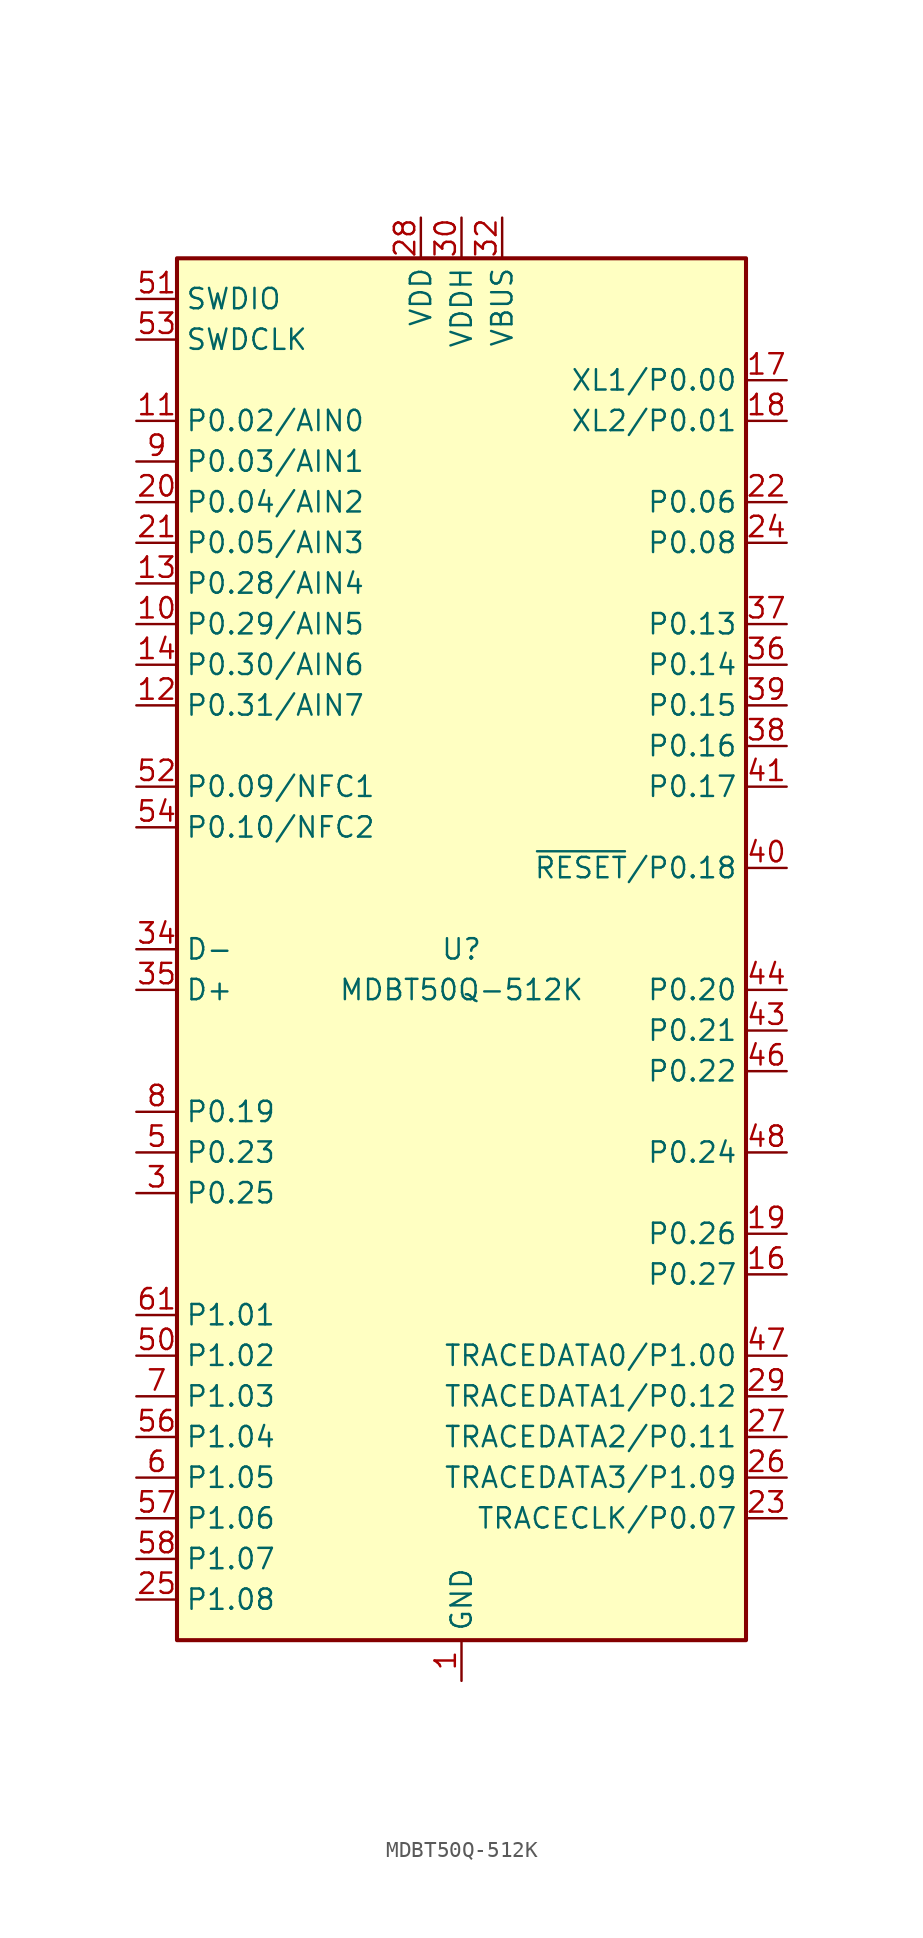
<source format=kicad_sym>
(kicad_symbol_lib
  (version 20220914)
  (generator kicad_symbol_editor)
  (symbol "MDBT50Q-512K"
    (property "Reference" "U"
      (at 0 0 0)
      (effects (font (size 1.27 1.27))))
    (property "Value" "MDBT50Q-512K"
      (at 0 -2.54 0)
      (effects (font (size 1.27 1.27))))
    (symbol "MDBT50Q-512K_0_1"
      (rectangle (start -17.78 43.18) (end 17.78 -43.18) (stroke (width 0.254) (type default)) (fill (type background))))
    (symbol "MDBT50Q-512K_1_1"
      (pin power_in line (at 0 -45.72 90) (length 2.54) (name "GND" (effects (font (size 1.27 1.27)))) (number "1" (effects (font (size 1.27 1.27)))))
      (pin bidirectional line (at -20.32 20.32 0) (length 2.54) (name "P0.29/AIN5" (effects (font (size 1.27 1.27)))) (number "10" (effects (font (size 1.27 1.27)))))
      (pin bidirectional line (at -20.32 33.02 0) (length 2.54) (name "P0.02/AIN0" (effects (font (size 1.27 1.27)))) (number "11" (effects (font (size 1.27 1.27)))))
      (pin bidirectional line (at -20.32 15.24 0) (length 2.54) (name "P0.31/AIN7" (effects (font (size 1.27 1.27)))) (number "12" (effects (font (size 1.27 1.27)))))
      (pin bidirectional line (at -20.32 22.86 0) (length 2.54) (name "P0.28/AIN4" (effects (font (size 1.27 1.27)))) (number "13" (effects (font (size 1.27 1.27)))))
      (pin bidirectional line (at -20.32 17.78 0) (length 2.54) (name "P0.30/AIN6" (effects (font (size 1.27 1.27)))) (number "14" (effects (font (size 1.27 1.27)))))
      (pin passive line (at 0 -45.72 90) (length 2.54) hide (name "GND" (effects (font (size 1.27 1.27)))) (number "15" (effects (font (size 1.27 1.27)))))
      (pin bidirectional line (at 20.32 -20.32 180) (length 2.54) (name "P0.27" (effects (font (size 1.27 1.27)))) (number "16" (effects (font (size 1.27 1.27)))))
      (pin bidirectional line (at 20.32 35.56 180) (length 2.54) (name "XL1/P0.00" (effects (font (size 1.27 1.27)))) (number "17" (effects (font (size 1.27 1.27)))))
      (pin bidirectional line (at 20.32 33.02 180) (length 2.54) (name "XL2/P0.01" (effects (font (size 1.27 1.27)))) (number "18" (effects (font (size 1.27 1.27)))))
      (pin bidirectional line (at 20.32 -17.78 180) (length 2.54) (name "P0.26" (effects (font (size 1.27 1.27)))) (number "19" (effects (font (size 1.27 1.27)))))
      (pin passive line (at 0 -45.72 90) (length 2.54) hide (name "GND" (effects (font (size 1.27 1.27)))) (number "2" (effects (font (size 1.27 1.27)))))
      (pin bidirectional line (at -20.32 27.94 0) (length 2.54) (name "P0.04/AIN2" (effects (font (size 1.27 1.27)))) (number "20" (effects (font (size 1.27 1.27)))))
      (pin bidirectional line (at -20.32 25.4 0) (length 2.54) (name "P0.05/AIN3" (effects (font (size 1.27 1.27)))) (number "21" (effects (font (size 1.27 1.27)))))
      (pin bidirectional line (at 20.32 27.94 180) (length 2.54) (name "P0.06" (effects (font (size 1.27 1.27)))) (number "22" (effects (font (size 1.27 1.27)))))
      (pin bidirectional line (at 20.32 -35.56 180) (length 2.54) (name "TRACECLK/P0.07" (effects (font (size 1.27 1.27)))) (number "23" (effects (font (size 1.27 1.27)))))
      (pin bidirectional line (at 20.32 25.4 180) (length 2.54) (name "P0.08" (effects (font (size 1.27 1.27)))) (number "24" (effects (font (size 1.27 1.27)))))
      (pin bidirectional line (at -20.32 -40.64 0) (length 2.54) (name "P1.08" (effects (font (size 1.27 1.27)))) (number "25" (effects (font (size 1.27 1.27)))))
      (pin bidirectional line (at 20.32 -33.02 180) (length 2.54) (name "TRACEDATA3/P1.09" (effects (font (size 1.27 1.27)))) (number "26" (effects (font (size 1.27 1.27)))))
      (pin bidirectional line (at 20.32 -30.48 180) (length 2.54) (name "TRACEDATA2/P0.11" (effects (font (size 1.27 1.27)))) (number "27" (effects (font (size 1.27 1.27)))))
      (pin power_in line (at -2.54 45.72 270) (length 2.54) (name "VDD" (effects (font (size 1.27 1.27)))) (number "28" (effects (font (size 1.27 1.27)))))
      (pin bidirectional line (at 20.32 -27.94 180) (length 2.54) (name "TRACEDATA1/P0.12" (effects (font (size 1.27 1.27)))) (number "29" (effects (font (size 1.27 1.27)))))
      (pin bidirectional line (at -20.32 -15.24 0) (length 2.54) (name "P0.25" (effects (font (size 1.27 1.27)))) (number "3" (effects (font (size 1.27 1.27)))))
      (pin power_in line (at 0 45.72 270) (length 2.54) (name "VDDH" (effects (font (size 1.27 1.27)))) (number "30" (effects (font (size 1.27 1.27)))))
      (pin no_connect line (at 5.08 43.18 270) (length 2.54) hide (name "NC" (effects (font (size 1.27 1.27)))) (number "31" (effects (font (size 1.27 1.27)))))
      (pin power_in line (at 2.54 45.72 270) (length 2.54) (name "VBUS" (effects (font (size 1.27 1.27)))) (number "32" (effects (font (size 1.27 1.27)))))
      (pin passive line (at 0 -45.72 90) (length 2.54) hide (name "GND" (effects (font (size 1.27 1.27)))) (number "33" (effects (font (size 1.27 1.27)))))
      (pin bidirectional line (at -20.32 0 0) (length 2.54) (name "D-" (effects (font (size 1.27 1.27)))) (number "34" (effects (font (size 1.27 1.27)))))
      (pin bidirectional line (at -20.32 -2.54 0) (length 2.54) (name "D+" (effects (font (size 1.27 1.27)))) (number "35" (effects (font (size 1.27 1.27)))))
      (pin bidirectional line (at 20.32 17.78 180) (length 2.54) (name "P0.14" (effects (font (size 1.27 1.27)))) (number "36" (effects (font (size 1.27 1.27)))))
      (pin bidirectional line (at 20.32 20.32 180) (length 2.54) (name "P0.13" (effects (font (size 1.27 1.27)))) (number "37" (effects (font (size 1.27 1.27)))))
      (pin bidirectional line (at 20.32 12.7 180) (length 2.54) (name "P0.16" (effects (font (size 1.27 1.27)))) (number "38" (effects (font (size 1.27 1.27)))))
      (pin bidirectional line (at 20.32 15.24 180) (length 2.54) (name "P0.15" (effects (font (size 1.27 1.27)))) (number "39" (effects (font (size 1.27 1.27)))))
      (pin no_connect line (at -17.78 -17.78 0) (length 2.54) hide (name "NC" (effects (font (size 1.27 1.27)))) (number "4" (effects (font (size 1.27 1.27)))))
      (pin bidirectional line (at 20.32 5.08 180) (length 2.54) (name "~{RESET}/P0.18" (effects (font (size 1.27 1.27)))) (number "40" (effects (font (size 1.27 1.27)))))
      (pin bidirectional line (at 20.32 10.16 180) (length 2.54) (name "P0.17" (effects (font (size 1.27 1.27)))) (number "41" (effects (font (size 1.27 1.27)))))
      (pin no_connect line (at 17.78 0 180) (length 2.54) hide (name "P0.19" (effects (font (size 1.27 1.27)))) (number "42" (effects (font (size 1.27 1.27)))))
      (pin bidirectional line (at 20.32 -5.08 180) (length 2.54) (name "P0.21" (effects (font (size 1.27 1.27)))) (number "43" (effects (font (size 1.27 1.27)))))
      (pin bidirectional line (at 20.32 -2.54 180) (length 2.54) (name "P0.20" (effects (font (size 1.27 1.27)))) (number "44" (effects (font (size 1.27 1.27)))))
      (pin no_connect line (at 17.78 -10.16 180) (length 2.54) hide (name "NC" (effects (font (size 1.27 1.27)))) (number "45" (effects (font (size 1.27 1.27)))))
      (pin bidirectional line (at 20.32 -7.62 180) (length 2.54) (name "P0.22" (effects (font (size 1.27 1.27)))) (number "46" (effects (font (size 1.27 1.27)))))
      (pin bidirectional line (at 20.32 -25.4 180) (length 2.54) (name "TRACEDATA0/P1.00" (effects (font (size 1.27 1.27)))) (number "47" (effects (font (size 1.27 1.27)))))
      (pin bidirectional line (at 20.32 -12.7 180) (length 2.54) (name "P0.24" (effects (font (size 1.27 1.27)))) (number "48" (effects (font (size 1.27 1.27)))))
      (pin no_connect line (at 17.78 -15.24 180) (length 2.54) hide (name "NC" (effects (font (size 1.27 1.27)))) (number "49" (effects (font (size 1.27 1.27)))))
      (pin bidirectional line (at -20.32 -12.7 0) (length 2.54) (name "P0.23" (effects (font (size 1.27 1.27)))) (number "5" (effects (font (size 1.27 1.27)))))
      (pin bidirectional line (at -20.32 -25.4 0) (length 2.54) (name "P1.02" (effects (font (size 1.27 1.27)))) (number "50" (effects (font (size 1.27 1.27)))))
      (pin bidirectional line (at -20.32 40.64 0) (length 2.54) (name "SWDIO" (effects (font (size 1.27 1.27)))) (number "51" (effects (font (size 1.27 1.27)))))
      (pin bidirectional line (at -20.32 10.16 0) (length 2.54) (name "P0.09/NFC1" (effects (font (size 1.27 1.27)))) (number "52" (effects (font (size 1.27 1.27)))))
      (pin input line (at -20.32 38.1 0) (length 2.54) (name "SWDCLK" (effects (font (size 1.27 1.27)))) (number "53" (effects (font (size 1.27 1.27)))))
      (pin bidirectional line (at -20.32 7.62 0) (length 2.54) (name "P0.10/NFC2" (effects (font (size 1.27 1.27)))) (number "54" (effects (font (size 1.27 1.27)))))
      (pin passive line (at 0 -45.72 90) (length 2.54) hide (name "GND" (effects (font (size 1.27 1.27)))) (number "55" (effects (font (size 1.27 1.27)))))
      (pin bidirectional line (at -20.32 -30.48 0) (length 2.54) (name "P1.04" (effects (font (size 1.27 1.27)))) (number "56" (effects (font (size 1.27 1.27)))))
      (pin bidirectional line (at -20.32 -35.56 0) (length 2.54) (name "P1.06" (effects (font (size 1.27 1.27)))) (number "57" (effects (font (size 1.27 1.27)))))
      (pin bidirectional line (at -20.32 -38.1 0) (length 2.54) (name "P1.07" (effects (font (size 1.27 1.27)))) (number "58" (effects (font (size 1.27 1.27)))))
      (pin no_connect line (at 17.78 38.1 180) (length 2.54) hide (name "NC" (effects (font (size 1.27 1.27)))) (number "59" (effects (font (size 1.27 1.27)))))
      (pin bidirectional line (at -20.32 -33.02 0) (length 2.54) (name "P1.05" (effects (font (size 1.27 1.27)))) (number "6" (effects (font (size 1.27 1.27)))))
      (pin no_connect line (at 17.78 40.64 180) (length 2.54) hide (name "NC" (effects (font (size 1.27 1.27)))) (number "60" (effects (font (size 1.27 1.27)))))
      (pin bidirectional line (at -20.32 -22.86 0) (length 2.54) (name "P1.01" (effects (font (size 1.27 1.27)))) (number "61" (effects (font (size 1.27 1.27)))))
      (pin bidirectional line (at -20.32 -27.94 0) (length 2.54) (name "P1.03" (effects (font (size 1.27 1.27)))) (number "7" (effects (font (size 1.27 1.27)))))
      (pin bidirectional line (at -20.32 -10.16 0) (length 2.54) (name "P0.19" (effects (font (size 1.27 1.27)))) (number "8" (effects (font (size 1.27 1.27)))))
      (pin bidirectional line (at -20.32 30.48 0) (length 2.54) (name "P0.03/AIN1" (effects (font (size 1.27 1.27)))) (number "9" (effects (font (size 1.27 1.27))))))))
</source>
